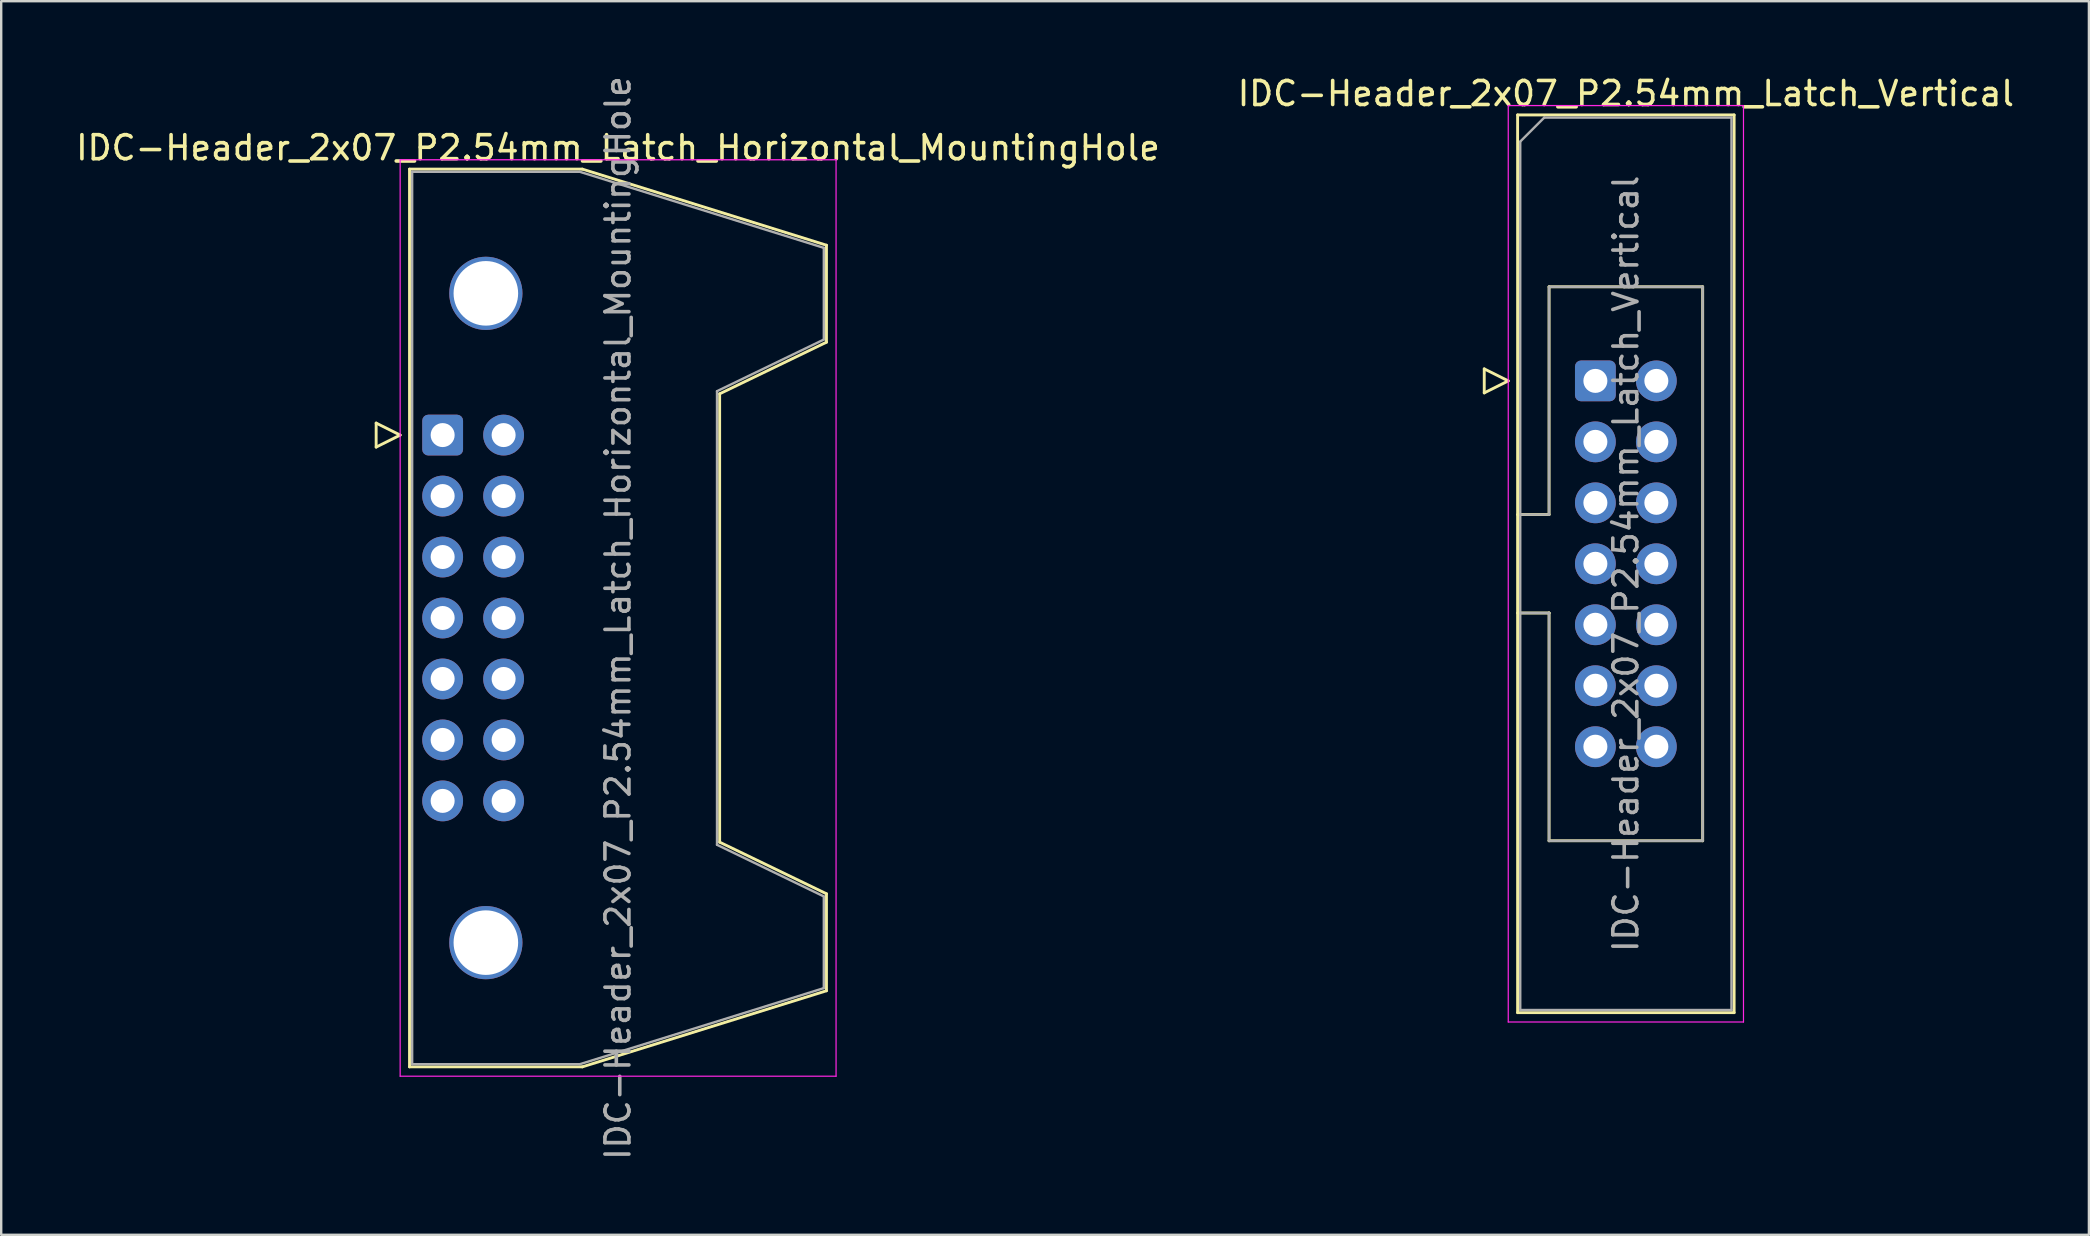
<source format=kicad_pcb>
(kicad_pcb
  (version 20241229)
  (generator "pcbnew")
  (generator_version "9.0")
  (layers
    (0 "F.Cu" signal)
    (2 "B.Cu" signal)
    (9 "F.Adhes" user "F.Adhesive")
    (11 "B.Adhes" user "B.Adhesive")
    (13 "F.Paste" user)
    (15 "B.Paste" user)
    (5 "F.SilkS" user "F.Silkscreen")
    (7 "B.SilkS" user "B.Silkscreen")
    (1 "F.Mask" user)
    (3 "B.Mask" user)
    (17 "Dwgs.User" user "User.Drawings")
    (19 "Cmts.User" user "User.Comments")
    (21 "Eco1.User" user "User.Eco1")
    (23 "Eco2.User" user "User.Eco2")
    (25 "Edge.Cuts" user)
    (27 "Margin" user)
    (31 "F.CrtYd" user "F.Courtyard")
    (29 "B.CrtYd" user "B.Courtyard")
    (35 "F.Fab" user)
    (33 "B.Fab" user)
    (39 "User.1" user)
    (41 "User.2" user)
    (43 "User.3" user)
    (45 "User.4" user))
  (footprint "IDC-Header_2x07_P2.54mm_Latch_Vertical"
    (layer "F.Cu")
    (at 63.415 12.818)
    (property "Reference" "IDC-Header_2x07_P2.54mm_Latch_Vertical" (at 1.27 -11.97 0) (layer "F.SilkS") (effects (font (size 1 1) (thickness 0.15))))
    (attr through_hole)
    (fp_line (start -4.63 -0.5) (end -4.63 0.5) (stroke (width 0.12) (type solid)) (layer "F.SilkS"))
    (fp_line (start -4.63 0.5) (end -3.63 0) (stroke (width 0.12) (type solid)) (layer "F.SilkS"))
    (fp_line (start -3.63 0) (end -4.63 -0.5) (stroke (width 0.12) (type solid)) (layer "F.SilkS"))
    (fp_line (start -3.24 -11.08) (end 5.78 -11.08) (stroke (width 0.12) (type solid)) (layer "F.SilkS"))
    (fp_line (start -3.24 5.57) (end -1.93 5.57) (stroke (width 0.12) (type solid)) (layer "F.SilkS"))
    (fp_line (start -3.24 26.32) (end -3.24 -11.08) (stroke (width 0.12) (type solid)) (layer "F.SilkS"))
    (fp_line (start -1.93 -3.92) (end 4.47 -3.92) (stroke (width 0.12) (type solid)) (layer "F.SilkS"))
    (fp_line (start -1.93 5.57) (end -1.93 -3.92) (stroke (width 0.12) (type solid)) (layer "F.SilkS"))
    (fp_line (start -1.93 9.67) (end -3.24 9.67) (stroke (width 0.12) (type solid)) (layer "F.SilkS"))
    (fp_line (start -1.93 9.67) (end -1.93 9.67) (stroke (width 0.12) (type solid)) (layer "F.SilkS"))
    (fp_line (start -1.93 19.16) (end -1.93 9.67) (stroke (width 0.12) (type solid)) (layer "F.SilkS"))
    (fp_line (start 4.47 -3.92) (end 4.47 19.16) (stroke (width 0.12) (type solid)) (layer "F.SilkS"))
    (fp_line (start 4.47 19.16) (end -1.93 19.16) (stroke (width 0.12) (type solid)) (layer "F.SilkS"))
    (fp_line (start 5.78 -11.08) (end 5.78 26.32) (stroke (width 0.12) (type solid)) (layer "F.SilkS"))
    (fp_line (start 5.78 26.32) (end -3.24 26.32) (stroke (width 0.12) (type solid)) (layer "F.SilkS"))
    (fp_line (start -3.63 -11.47) (end -3.63 26.71) (stroke (width 0.05) (type solid)) (layer "F.CrtYd"))
    (fp_line (start -3.63 26.71) (end 6.17 26.71) (stroke (width 0.05) (type solid)) (layer "F.CrtYd"))
    (fp_line (start 6.17 -11.47) (end -3.63 -11.47) (stroke (width 0.05) (type solid)) (layer "F.CrtYd"))
    (fp_line (start 6.17 26.71) (end 6.17 -11.47) (stroke (width 0.05) (type solid)) (layer "F.CrtYd"))
    (fp_line (start -3.13 -9.97) (end -2.13 -10.97) (stroke (width 0.1) (type solid)) (layer "F.Fab"))
    (fp_line (start -3.13 5.57) (end -1.93 5.57) (stroke (width 0.1) (type solid)) (layer "F.Fab"))
    (fp_line (start -3.13 26.21) (end -3.13 -9.97) (stroke (width 0.1) (type solid)) (layer "F.Fab"))
    (fp_line (start -2.13 -10.97) (end 5.67 -10.97) (stroke (width 0.1) (type solid)) (layer "F.Fab"))
    (fp_line (start -1.93 -3.92) (end 4.47 -3.92) (stroke (width 0.1) (type solid)) (layer "F.Fab"))
    (fp_line (start -1.93 5.57) (end -1.93 -3.92) (stroke (width 0.1) (type solid)) (layer "F.Fab"))
    (fp_line (start -1.93 9.67) (end -3.13 9.67) (stroke (width 0.1) (type solid)) (layer "F.Fab"))
    (fp_line (start -1.93 9.67) (end -1.93 9.67) (stroke (width 0.1) (type solid)) (layer "F.Fab"))
    (fp_line (start -1.93 19.16) (end -1.93 9.67) (stroke (width 0.1) (type solid)) (layer "F.Fab"))
    (fp_line (start 4.47 -3.92) (end 4.47 19.16) (stroke (width 0.1) (type solid)) (layer "F.Fab"))
    (fp_line (start 4.47 19.16) (end -1.93 19.16) (stroke (width 0.1) (type solid)) (layer "F.Fab"))
    (fp_line (start 5.67 -10.97) (end 5.67 26.21) (stroke (width 0.1) (type solid)) (layer "F.Fab"))
    (fp_line (start 5.67 26.21) (end -3.13 26.21) (stroke (width 0.1) (type solid)) (layer "F.Fab"))
    (fp_text user "${REFERENCE}" (at 1.27 7.62 90) (layer "F.Fab") (effects (font (size 1 1) (thickness 0.15))))
    (pad "1" thru_hole roundrect (at 0 0) (size 1.7 1.7) (drill 1) (layers "*.Cu" "*.Mask") (roundrect_rratio 0.147))
    (pad "2" thru_hole circle (at 2.54 0) (size 1.7 1.7) (drill 1) (layers "*.Cu" "*.Mask"))
    (pad "3" thru_hole circle (at 0 2.54) (size 1.7 1.7) (drill 1) (layers "*.Cu" "*.Mask"))
    (pad "4" thru_hole circle (at 2.54 2.54) (size 1.7 1.7) (drill 1) (layers "*.Cu" "*.Mask"))
    (pad "5" thru_hole circle (at 0 5.08) (size 1.7 1.7) (drill 1) (layers "*.Cu" "*.Mask"))
    (pad "6" thru_hole circle (at 2.54 5.08) (size 1.7 1.7) (drill 1) (layers "*.Cu" "*.Mask"))
    (pad "7" thru_hole circle (at 0 7.62) (size 1.7 1.7) (drill 1) (layers "*.Cu" "*.Mask"))
    (pad "8" thru_hole circle (at 2.54 7.62) (size 1.7 1.7) (drill 1) (layers "*.Cu" "*.Mask"))
    (pad "9" thru_hole circle (at 0 10.16) (size 1.7 1.7) (drill 1) (layers "*.Cu" "*.Mask"))
    (pad "10" thru_hole circle (at 2.54 10.16) (size 1.7 1.7) (drill 1) (layers "*.Cu" "*.Mask"))
    (pad "11" thru_hole circle (at 0 12.7) (size 1.7 1.7) (drill 1) (layers "*.Cu" "*.Mask"))
    (pad "12" thru_hole circle (at 2.54 12.7) (size 1.7 1.7) (drill 1) (layers "*.Cu" "*.Mask"))
    (pad "13" thru_hole circle (at 0 15.24) (size 1.7 1.7) (drill 1) (layers "*.Cu" "*.Mask"))
    (pad "14" thru_hole circle (at 2.54 15.24) (size 1.7 1.7) (drill 1) (layers "*.Cu" "*.Mask")))
  (footprint "IDC-Header_2x07_P2.54mm_Latch_Horizontal_MountingHole"
    (layer "F.Cu")
    (at 15.391 15.076)
    (property "Reference" "IDC-Header_2x07_P2.54mm_Latch_Horizontal_MountingHole" (at 7.305 -11.97 0) (layer "F.SilkS") (effects (font (size 1 1) (thickness 0.15))))
    (attr through_hole)
    (fp_line (start -2.77 -0.5) (end -2.77 0.5) (stroke (width 0.12) (type solid)) (layer "F.SilkS"))
    (fp_line (start -2.77 0.5) (end -1.77 0) (stroke (width 0.12) (type solid)) (layer "F.SilkS"))
    (fp_line (start -1.77 0) (end -2.77 -0.5) (stroke (width 0.12) (type solid)) (layer "F.SilkS"))
    (fp_line (start -1.38 -11.08) (end 5.82 -11.08) (stroke (width 0.12) (type solid)) (layer "F.SilkS"))
    (fp_line (start -1.38 26.32) (end -1.38 -11.08) (stroke (width 0.12) (type solid)) (layer "F.SilkS"))
    (fp_line (start 5.82 -11.08) (end 15.99 -7.91) (stroke (width 0.12) (type solid)) (layer "F.SilkS"))
    (fp_line (start 5.82 26.32) (end -1.38 26.32) (stroke (width 0.12) (type solid)) (layer "F.SilkS"))
    (fp_line (start 11.54 -1.72) (end 11.54 16.96) (stroke (width 0.12) (type solid)) (layer "F.SilkS"))
    (fp_line (start 11.54 16.96) (end 15.99 19.11) (stroke (width 0.12) (type solid)) (layer "F.SilkS"))
    (fp_line (start 15.99 -7.91) (end 15.99 -3.87) (stroke (width 0.12) (type solid)) (layer "F.SilkS"))
    (fp_line (start 15.99 -3.87) (end 11.54 -1.72) (stroke (width 0.12) (type solid)) (layer "F.SilkS"))
    (fp_line (start 15.99 19.11) (end 15.99 23.15) (stroke (width 0.12) (type solid)) (layer "F.SilkS"))
    (fp_line (start 15.99 23.15) (end 5.82 26.32) (stroke (width 0.12) (type solid)) (layer "F.SilkS"))
    (fp_line (start -1.77 -11.47) (end -1.77 26.71) (stroke (width 0.05) (type solid)) (layer "F.CrtYd"))
    (fp_line (start -1.77 26.71) (end 16.39 26.71) (stroke (width 0.05) (type solid)) (layer "F.CrtYd"))
    (fp_line (start 16.39 -11.47) (end -1.77 -11.47) (stroke (width 0.05) (type solid)) (layer "F.CrtYd"))
    (fp_line (start 16.39 26.71) (end 16.39 -11.47) (stroke (width 0.05) (type solid)) (layer "F.CrtYd"))
    (fp_line (start -1.27 -10.97) (end 5.71 -10.97) (stroke (width 0.1) (type solid)) (layer "F.Fab"))
    (fp_line (start -1.27 26.21) (end -1.27 -10.97) (stroke (width 0.1) (type solid)) (layer "F.Fab"))
    (fp_line (start 5.71 -10.97) (end 15.88 -7.8) (stroke (width 0.1) (type solid)) (layer "F.Fab"))
    (fp_line (start 5.71 26.21) (end -1.27 26.21) (stroke (width 0.1) (type solid)) (layer "F.Fab"))
    (fp_line (start 11.43 -1.83) (end 11.43 17.07) (stroke (width 0.1) (type solid)) (layer "F.Fab"))
    (fp_line (start 11.43 17.07) (end 15.88 19.22) (stroke (width 0.1) (type solid)) (layer "F.Fab"))
    (fp_line (start 15.88 -7.8) (end 15.88 -3.98) (stroke (width 0.1) (type solid)) (layer "F.Fab"))
    (fp_line (start 15.88 -3.98) (end 11.43 -1.83) (stroke (width 0.1) (type solid)) (layer "F.Fab"))
    (fp_line (start 15.88 19.22) (end 15.88 23.04) (stroke (width 0.1) (type solid)) (layer "F.Fab"))
    (fp_line (start 15.88 23.04) (end 5.71 26.21) (stroke (width 0.1) (type solid)) (layer "F.Fab"))
    (fp_text user "${REFERENCE}" (at 7.305 7.62 90) (layer "F.Fab") (effects (font (size 1 1) (thickness 0.15))))
    (pad "" thru_hole circle (at 1.8 -5.905) (size 3.05 3.05) (drill 2.69) (layers "*.Cu" "*.Mask"))
    (pad "" thru_hole circle (at 1.8 21.145) (size 3.05 3.05) (drill 2.69) (layers "*.Cu" "*.Mask"))
    (pad "1" thru_hole roundrect (at 0 0) (size 1.7 1.7) (drill 1) (layers "*.Cu" "*.Mask") (roundrect_rratio 0.147))
    (pad "2" thru_hole circle (at 2.54 0) (size 1.7 1.7) (drill 1) (layers "*.Cu" "*.Mask"))
    (pad "3" thru_hole circle (at 0 2.54) (size 1.7 1.7) (drill 1) (layers "*.Cu" "*.Mask"))
    (pad "4" thru_hole circle (at 2.54 2.54) (size 1.7 1.7) (drill 1) (layers "*.Cu" "*.Mask"))
    (pad "5" thru_hole circle (at 0 5.08) (size 1.7 1.7) (drill 1) (layers "*.Cu" "*.Mask"))
    (pad "6" thru_hole circle (at 2.54 5.08) (size 1.7 1.7) (drill 1) (layers "*.Cu" "*.Mask"))
    (pad "7" thru_hole circle (at 0 7.62) (size 1.7 1.7) (drill 1) (layers "*.Cu" "*.Mask"))
    (pad "8" thru_hole circle (at 2.54 7.62) (size 1.7 1.7) (drill 1) (layers "*.Cu" "*.Mask"))
    (pad "9" thru_hole circle (at 0 10.16) (size 1.7 1.7) (drill 1) (layers "*.Cu" "*.Mask"))
    (pad "10" thru_hole circle (at 2.54 10.16) (size 1.7 1.7) (drill 1) (layers "*.Cu" "*.Mask"))
    (pad "11" thru_hole circle (at 0 12.7) (size 1.7 1.7) (drill 1) (layers "*.Cu" "*.Mask"))
    (pad "12" thru_hole circle (at 2.54 12.7) (size 1.7 1.7) (drill 1) (layers "*.Cu" "*.Mask"))
    (pad "13" thru_hole circle (at 0 15.24) (size 1.7 1.7) (drill 1) (layers "*.Cu" "*.Mask"))
    (pad "14" thru_hole circle (at 2.54 15.24) (size 1.7 1.7) (drill 1) (layers "*.Cu" "*.Mask")))
  (gr_rect
    (start -3 -3)
    (end 83.976 48.393)
    (stroke (width 0.1) (type default))
    (fill no)
    (layer "Edge.Cuts")))
</source>
